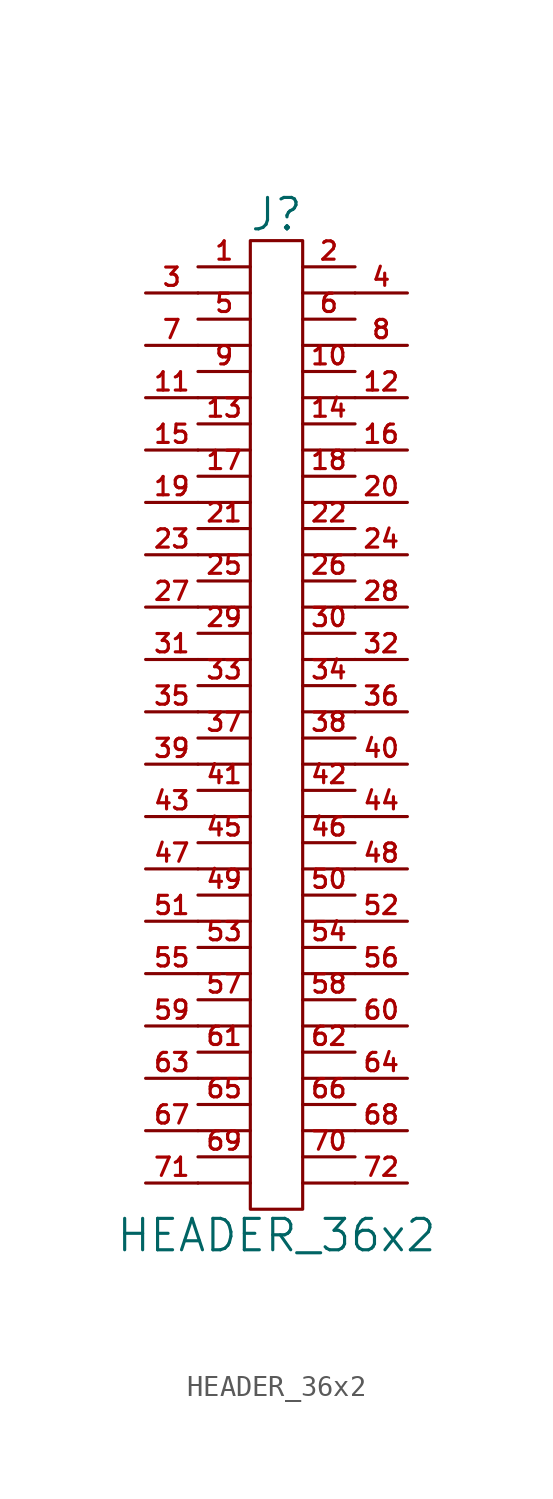
<source format=kicad_sym>
(kicad_symbol_lib
  (version 20220914)
  (generator kicad_symbol_editor)
  (symbol "HEADER_36x2"
    (pin_names
      (offset 0))
    (property "Reference" "J"
      (at 0 24.13 0)
      (effects (font (size 1.524 1.524))))
    (property "Value" "HEADER_36x2"
      (at 0 -25.4 0)
      (effects (font (size 1.524 1.524))))
    (property "Footprint" ""
      (at 0 -2.54 0)
      (effects (font (size 1.524 1.524))))
    (property "Datasheet" ""
      (at 0 0 0)
      (effects (font (size 1.524 1.524))))
    (symbol "HEADER_36x2_0_1"
      (polyline (pts (xy -3.81 -22.86) (xy -1.27 -22.86)) (stroke (width 0) (type solid)) (fill (type none)))
      (polyline (pts (xy -3.81 -20.32) (xy -1.27 -20.32)) (stroke (width 0) (type solid)) (fill (type none)))
      (polyline (pts (xy -3.81 -17.78) (xy -1.27 -17.78)) (stroke (width 0) (type solid)) (fill (type none)))
      (polyline (pts (xy -3.81 -15.24) (xy -1.27 -15.24)) (stroke (width 0) (type solid)) (fill (type none)))
      (polyline (pts (xy -3.81 -12.7) (xy -1.27 -12.7)) (stroke (width 0) (type solid)) (fill (type none)))
      (polyline (pts (xy -3.81 -10.16) (xy -1.27 -10.16)) (stroke (width 0) (type solid)) (fill (type none)))
      (polyline (pts (xy -3.81 -7.62) (xy -1.27 -7.62)) (stroke (width 0) (type solid)) (fill (type none)))
      (polyline (pts (xy -3.81 -5.08) (xy -1.27 -5.08)) (stroke (width 0) (type solid)) (fill (type none)))
      (polyline (pts (xy -3.81 -2.54) (xy -1.27 -2.54)) (stroke (width 0) (type solid)) (fill (type none)))
      (polyline (pts (xy -3.81 0) (xy -1.27 0)) (stroke (width 0) (type solid)) (fill (type none)))
      (polyline (pts (xy -3.81 2.54) (xy -1.27 2.54)) (stroke (width 0) (type solid)) (fill (type none)))
      (polyline (pts (xy -3.81 5.08) (xy -1.27 5.08)) (stroke (width 0) (type solid)) (fill (type none)))
      (polyline (pts (xy -3.81 7.62) (xy -1.27 7.62)) (stroke (width 0) (type solid)) (fill (type none)))
      (polyline (pts (xy -3.81 10.16) (xy -1.27 10.16)) (stroke (width 0) (type solid)) (fill (type none)))
      (polyline (pts (xy -3.81 12.7) (xy -1.27 12.7)) (stroke (width 0) (type solid)) (fill (type none)))
      (polyline (pts (xy -3.81 15.24) (xy -1.27 15.24)) (stroke (width 0) (type solid)) (fill (type none)))
      (polyline (pts (xy -3.81 17.78) (xy -1.27 17.78)) (stroke (width 0) (type solid)) (fill (type none)))
      (polyline (pts (xy -3.81 20.32) (xy -1.27 20.32)) (stroke (width 0) (type solid)) (fill (type none)))
      (polyline (pts (xy 1.27 -22.86) (xy 3.81 -22.86)) (stroke (width 0) (type solid)) (fill (type none)))
      (polyline (pts (xy 1.27 -20.32) (xy 3.81 -20.32)) (stroke (width 0) (type solid)) (fill (type none)))
      (polyline (pts (xy 1.27 -17.78) (xy 3.81 -17.78)) (stroke (width 0) (type solid)) (fill (type none)))
      (polyline (pts (xy 1.27 -15.24) (xy 3.81 -15.24)) (stroke (width 0) (type solid)) (fill (type none)))
      (polyline (pts (xy 1.27 -12.7) (xy 3.81 -12.7)) (stroke (width 0) (type solid)) (fill (type none)))
      (polyline (pts (xy 1.27 -10.16) (xy 3.81 -10.16)) (stroke (width 0) (type solid)) (fill (type none)))
      (polyline (pts (xy 1.27 -7.62) (xy 3.81 -7.62)) (stroke (width 0) (type solid)) (fill (type none)))
      (polyline (pts (xy 1.27 -5.08) (xy 3.81 -5.08)) (stroke (width 0) (type solid)) (fill (type none)))
      (polyline (pts (xy 1.27 -2.54) (xy 3.81 -2.54)) (stroke (width 0) (type solid)) (fill (type none)))
      (polyline (pts (xy 1.27 0) (xy 3.81 0)) (stroke (width 0) (type solid)) (fill (type none)))
      (polyline (pts (xy 1.27 2.54) (xy 3.81 2.54)) (stroke (width 0) (type solid)) (fill (type none)))
      (polyline (pts (xy 1.27 5.08) (xy 3.81 5.08)) (stroke (width 0) (type solid)) (fill (type none)))
      (polyline (pts (xy 1.27 7.62) (xy 3.81 7.62)) (stroke (width 0) (type solid)) (fill (type none)))
      (polyline (pts (xy 1.27 10.16) (xy 3.81 10.16)) (stroke (width 0) (type solid)) (fill (type none)))
      (polyline (pts (xy 1.27 12.7) (xy 3.81 12.7)) (stroke (width 0) (type solid)) (fill (type none)))
      (polyline (pts (xy 1.27 15.24) (xy 3.81 15.24)) (stroke (width 0) (type solid)) (fill (type none)))
      (polyline (pts (xy 1.27 17.78) (xy 3.81 17.78)) (stroke (width 0) (type solid)) (fill (type none)))
      (polyline (pts (xy 1.27 20.32) (xy 3.81 20.32)) (stroke (width 0) (type solid)) (fill (type none)))
      (rectangle (start 1.27 -24.13) (end -1.27 22.86) (stroke (width 0) (type solid)) (fill (type none))))
    (symbol "HEADER_36x2_1_1"
      (pin passive line (at -3.81 21.59 0) (length 2.54) (name "~" (effects (font (size 1.27 1.27)))) (number "1" (effects (font (size 0.889 0.889)))))
      (pin passive line (at 3.81 16.51 180) (length 2.54) (name "~" (effects (font (size 1.27 1.27)))) (number "10" (effects (font (size 0.889 0.889)))))
      (pin passive line (at -6.35 15.24 0) (length 2.54) (name "~" (effects (font (size 1.27 1.27)))) (number "11" (effects (font (size 0.889 0.889)))))
      (pin passive line (at 6.35 15.24 180) (length 2.54) (name "~" (effects (font (size 1.27 1.27)))) (number "12" (effects (font (size 0.889 0.889)))))
      (pin passive line (at -3.81 13.97 0) (length 2.54) (name "~" (effects (font (size 1.27 1.27)))) (number "13" (effects (font (size 0.889 0.889)))))
      (pin passive line (at 3.81 13.97 180) (length 2.54) (name "~" (effects (font (size 1.27 1.27)))) (number "14" (effects (font (size 0.889 0.889)))))
      (pin passive line (at -6.35 12.7 0) (length 2.54) (name "~" (effects (font (size 1.27 1.27)))) (number "15" (effects (font (size 0.889 0.889)))))
      (pin passive line (at 6.35 12.7 180) (length 2.54) (name "~" (effects (font (size 1.27 1.27)))) (number "16" (effects (font (size 0.889 0.889)))))
      (pin passive line (at -3.81 11.43 0) (length 2.54) (name "~" (effects (font (size 1.27 1.27)))) (number "17" (effects (font (size 0.889 0.889)))))
      (pin passive line (at 3.81 11.43 180) (length 2.54) (name "~" (effects (font (size 1.27 1.27)))) (number "18" (effects (font (size 0.889 0.889)))))
      (pin passive line (at -6.35 10.16 0) (length 2.54) (name "~" (effects (font (size 1.27 1.27)))) (number "19" (effects (font (size 0.889 0.889)))))
      (pin passive line (at 3.81 21.59 180) (length 2.54) (name "~" (effects (font (size 1.27 1.27)))) (number "2" (effects (font (size 0.889 0.889)))))
      (pin passive line (at 6.35 10.16 180) (length 2.54) (name "~" (effects (font (size 1.27 1.27)))) (number "20" (effects (font (size 0.889 0.889)))))
      (pin passive line (at -3.81 8.89 0) (length 2.54) (name "~" (effects (font (size 1.27 1.27)))) (number "21" (effects (font (size 0.889 0.889)))))
      (pin passive line (at 3.81 8.89 180) (length 2.54) (name "~" (effects (font (size 1.27 1.27)))) (number "22" (effects (font (size 0.889 0.889)))))
      (pin passive line (at -6.35 7.62 0) (length 2.54) (name "~" (effects (font (size 1.27 1.27)))) (number "23" (effects (font (size 0.889 0.889)))))
      (pin passive line (at 6.35 7.62 180) (length 2.54) (name "~" (effects (font (size 1.27 1.27)))) (number "24" (effects (font (size 0.889 0.889)))))
      (pin passive line (at -3.81 6.35 0) (length 2.54) (name "~" (effects (font (size 1.27 1.27)))) (number "25" (effects (font (size 0.889 0.889)))))
      (pin passive line (at 3.81 6.35 180) (length 2.54) (name "~" (effects (font (size 1.27 1.27)))) (number "26" (effects (font (size 0.889 0.889)))))
      (pin passive line (at -6.35 5.08 0) (length 2.54) (name "~" (effects (font (size 1.27 1.27)))) (number "27" (effects (font (size 0.889 0.889)))))
      (pin passive line (at 6.35 5.08 180) (length 2.54) (name "~" (effects (font (size 1.27 1.27)))) (number "28" (effects (font (size 0.889 0.889)))))
      (pin passive line (at -3.81 3.81 0) (length 2.54) (name "~" (effects (font (size 1.27 1.27)))) (number "29" (effects (font (size 0.889 0.889)))))
      (pin passive line (at -6.35 20.32 0) (length 2.54) (name "~" (effects (font (size 1.27 1.27)))) (number "3" (effects (font (size 0.889 0.889)))))
      (pin passive line (at 3.81 3.81 180) (length 2.54) (name "~" (effects (font (size 1.27 1.27)))) (number "30" (effects (font (size 0.889 0.889)))))
      (pin passive line (at -6.35 2.54 0) (length 2.54) (name "~" (effects (font (size 1.27 1.27)))) (number "31" (effects (font (size 0.889 0.889)))))
      (pin passive line (at 6.35 2.54 180) (length 2.54) (name "~" (effects (font (size 1.27 1.27)))) (number "32" (effects (font (size 0.889 0.889)))))
      (pin passive line (at -3.81 1.27 0) (length 2.54) (name "~" (effects (font (size 1.27 1.27)))) (number "33" (effects (font (size 0.889 0.889)))))
      (pin passive line (at 3.81 1.27 180) (length 2.54) (name "~" (effects (font (size 1.27 1.27)))) (number "34" (effects (font (size 0.889 0.889)))))
      (pin passive line (at -6.35 0 0) (length 2.54) (name "~" (effects (font (size 1.27 1.27)))) (number "35" (effects (font (size 0.889 0.889)))))
      (pin passive line (at 6.35 0 180) (length 2.54) (name "~" (effects (font (size 1.27 1.27)))) (number "36" (effects (font (size 0.889 0.889)))))
      (pin passive line (at -3.81 -1.27 0) (length 2.54) (name "~" (effects (font (size 0.889 0.889)))) (number "37" (effects (font (size 0.889 0.889)))))
      (pin passive line (at 3.81 -1.27 180) (length 2.54) (name "~" (effects (font (size 1.27 1.27)))) (number "38" (effects (font (size 0.889 0.889)))))
      (pin passive line (at -6.35 -2.54 0) (length 2.54) (name "~" (effects (font (size 1.27 1.27)))) (number "39" (effects (font (size 0.889 0.889)))))
      (pin passive line (at 6.35 20.32 180) (length 2.54) (name "~" (effects (font (size 1.27 1.27)))) (number "4" (effects (font (size 0.889 0.889)))))
      (pin passive line (at 6.35 -2.54 180) (length 2.54) (name "~" (effects (font (size 1.27 1.27)))) (number "40" (effects (font (size 0.889 0.889)))))
      (pin passive line (at -3.81 -3.81 0) (length 2.54) (name "~" (effects (font (size 1.27 1.27)))) (number "41" (effects (font (size 0.889 0.889)))))
      (pin passive line (at 3.81 -3.81 180) (length 2.54) (name "~" (effects (font (size 1.27 1.27)))) (number "42" (effects (font (size 0.889 0.889)))))
      (pin passive line (at -6.35 -5.08 0) (length 2.54) (name "~" (effects (font (size 1.27 1.27)))) (number "43" (effects (font (size 0.889 0.889)))))
      (pin passive line (at 6.35 -5.08 180) (length 2.54) (name "~" (effects (font (size 1.27 1.27)))) (number "44" (effects (font (size 0.889 0.889)))))
      (pin passive line (at -3.81 -6.35 0) (length 2.54) (name "~" (effects (font (size 1.27 1.27)))) (number "45" (effects (font (size 0.889 0.889)))))
      (pin passive line (at 3.81 -6.35 180) (length 2.54) (name "~" (effects (font (size 1.27 1.27)))) (number "46" (effects (font (size 0.889 0.889)))))
      (pin passive line (at -6.35 -7.62 0) (length 2.54) (name "~" (effects (font (size 1.27 1.27)))) (number "47" (effects (font (size 0.889 0.889)))))
      (pin passive line (at 6.35 -7.62 180) (length 2.54) (name "~" (effects (font (size 1.27 1.27)))) (number "48" (effects (font (size 0.889 0.889)))))
      (pin passive line (at -3.81 -8.89 0) (length 2.54) (name "~" (effects (font (size 1.27 1.27)))) (number "49" (effects (font (size 0.889 0.889)))))
      (pin passive line (at -3.81 19.05 0) (length 2.54) (name "~" (effects (font (size 1.27 1.27)))) (number "5" (effects (font (size 0.889 0.889)))))
      (pin passive line (at 3.81 -8.89 180) (length 2.54) (name "~" (effects (font (size 1.27 1.27)))) (number "50" (effects (font (size 0.889 0.889)))))
      (pin passive line (at -6.35 -10.16 0) (length 2.54) (name "~" (effects (font (size 1.27 1.27)))) (number "51" (effects (font (size 0.889 0.889)))))
      (pin passive line (at 6.35 -10.16 180) (length 2.54) (name "~" (effects (font (size 1.27 1.27)))) (number "52" (effects (font (size 0.889 0.889)))))
      (pin passive line (at -3.81 -11.43 0) (length 2.54) (name "~" (effects (font (size 1.27 1.27)))) (number "53" (effects (font (size 0.889 0.889)))))
      (pin passive line (at 3.81 -11.43 180) (length 2.54) (name "~" (effects (font (size 1.27 1.27)))) (number "54" (effects (font (size 0.889 0.889)))))
      (pin passive line (at -6.35 -12.7 0) (length 2.54) (name "~" (effects (font (size 1.27 1.27)))) (number "55" (effects (font (size 0.889 0.889)))))
      (pin passive line (at 6.35 -12.7 180) (length 2.54) (name "~" (effects (font (size 1.27 1.27)))) (number "56" (effects (font (size 0.889 0.889)))))
      (pin passive line (at -3.81 -13.97 0) (length 2.54) (name "~" (effects (font (size 1.27 1.27)))) (number "57" (effects (font (size 0.889 0.889)))))
      (pin passive line (at 3.81 -13.97 180) (length 2.54) (name "~" (effects (font (size 1.27 1.27)))) (number "58" (effects (font (size 0.889 0.889)))))
      (pin passive line (at -6.35 -15.24 0) (length 2.54) (name "~" (effects (font (size 1.27 1.27)))) (number "59" (effects (font (size 0.889 0.889)))))
      (pin passive line (at 3.81 19.05 180) (length 2.54) (name "~" (effects (font (size 1.27 1.27)))) (number "6" (effects (font (size 0.889 0.889)))))
      (pin passive line (at 6.35 -15.24 180) (length 2.54) (name "~" (effects (font (size 1.27 1.27)))) (number "60" (effects (font (size 0.889 0.889)))))
      (pin passive line (at -3.81 -16.51 0) (length 2.54) (name "~" (effects (font (size 1.27 1.27)))) (number "61" (effects (font (size 0.889 0.889)))))
      (pin passive line (at 3.81 -16.51 180) (length 2.54) (name "~" (effects (font (size 1.27 1.27)))) (number "62" (effects (font (size 0.889 0.889)))))
      (pin passive line (at -6.35 -17.78 0) (length 2.54) (name "~" (effects (font (size 1.27 1.27)))) (number "63" (effects (font (size 0.889 0.889)))))
      (pin passive line (at 6.35 -17.78 180) (length 2.54) (name "~" (effects (font (size 1.27 1.27)))) (number "64" (effects (font (size 0.889 0.889)))))
      (pin passive line (at -3.81 -19.05 0) (length 2.54) (name "~" (effects (font (size 1.27 1.27)))) (number "65" (effects (font (size 0.889 0.889)))))
      (pin passive line (at 3.81 -19.05 180) (length 2.54) (name "~" (effects (font (size 1.27 1.27)))) (number "66" (effects (font (size 0.889 0.889)))))
      (pin passive line (at -6.35 -20.32 0) (length 2.54) (name "~" (effects (font (size 1.27 1.27)))) (number "67" (effects (font (size 0.889 0.889)))))
      (pin passive line (at 6.35 -20.32 180) (length 2.54) (name "~" (effects (font (size 1.27 1.27)))) (number "68" (effects (font (size 0.889 0.889)))))
      (pin passive line (at -3.81 -21.59 0) (length 2.54) (name "~" (effects (font (size 1.27 1.27)))) (number "69" (effects (font (size 0.889 0.889)))))
      (pin passive line (at -6.35 17.78 0) (length 2.54) (name "~" (effects (font (size 1.27 1.27)))) (number "7" (effects (font (size 0.889 0.889)))))
      (pin passive line (at 3.81 -21.59 180) (length 2.54) (name "~" (effects (font (size 1.27 1.27)))) (number "70" (effects (font (size 0.889 0.889)))))
      (pin passive line (at -6.35 -22.86 0) (length 2.54) (name "~" (effects (font (size 1.27 1.27)))) (number "71" (effects (font (size 0.889 0.889)))))
      (pin passive line (at 6.35 -22.86 180) (length 2.54) (name "~" (effects (font (size 1.27 1.27)))) (number "72" (effects (font (size 0.889 0.889)))))
      (pin passive line (at 6.35 17.78 180) (length 2.54) (name "~" (effects (font (size 1.27 1.27)))) (number "8" (effects (font (size 0.889 0.889)))))
      (pin passive line (at -3.81 16.51 0) (length 2.54) (name "~" (effects (font (size 1.27 1.27)))) (number "9" (effects (font (size 0.889 0.889))))))))
</source>
